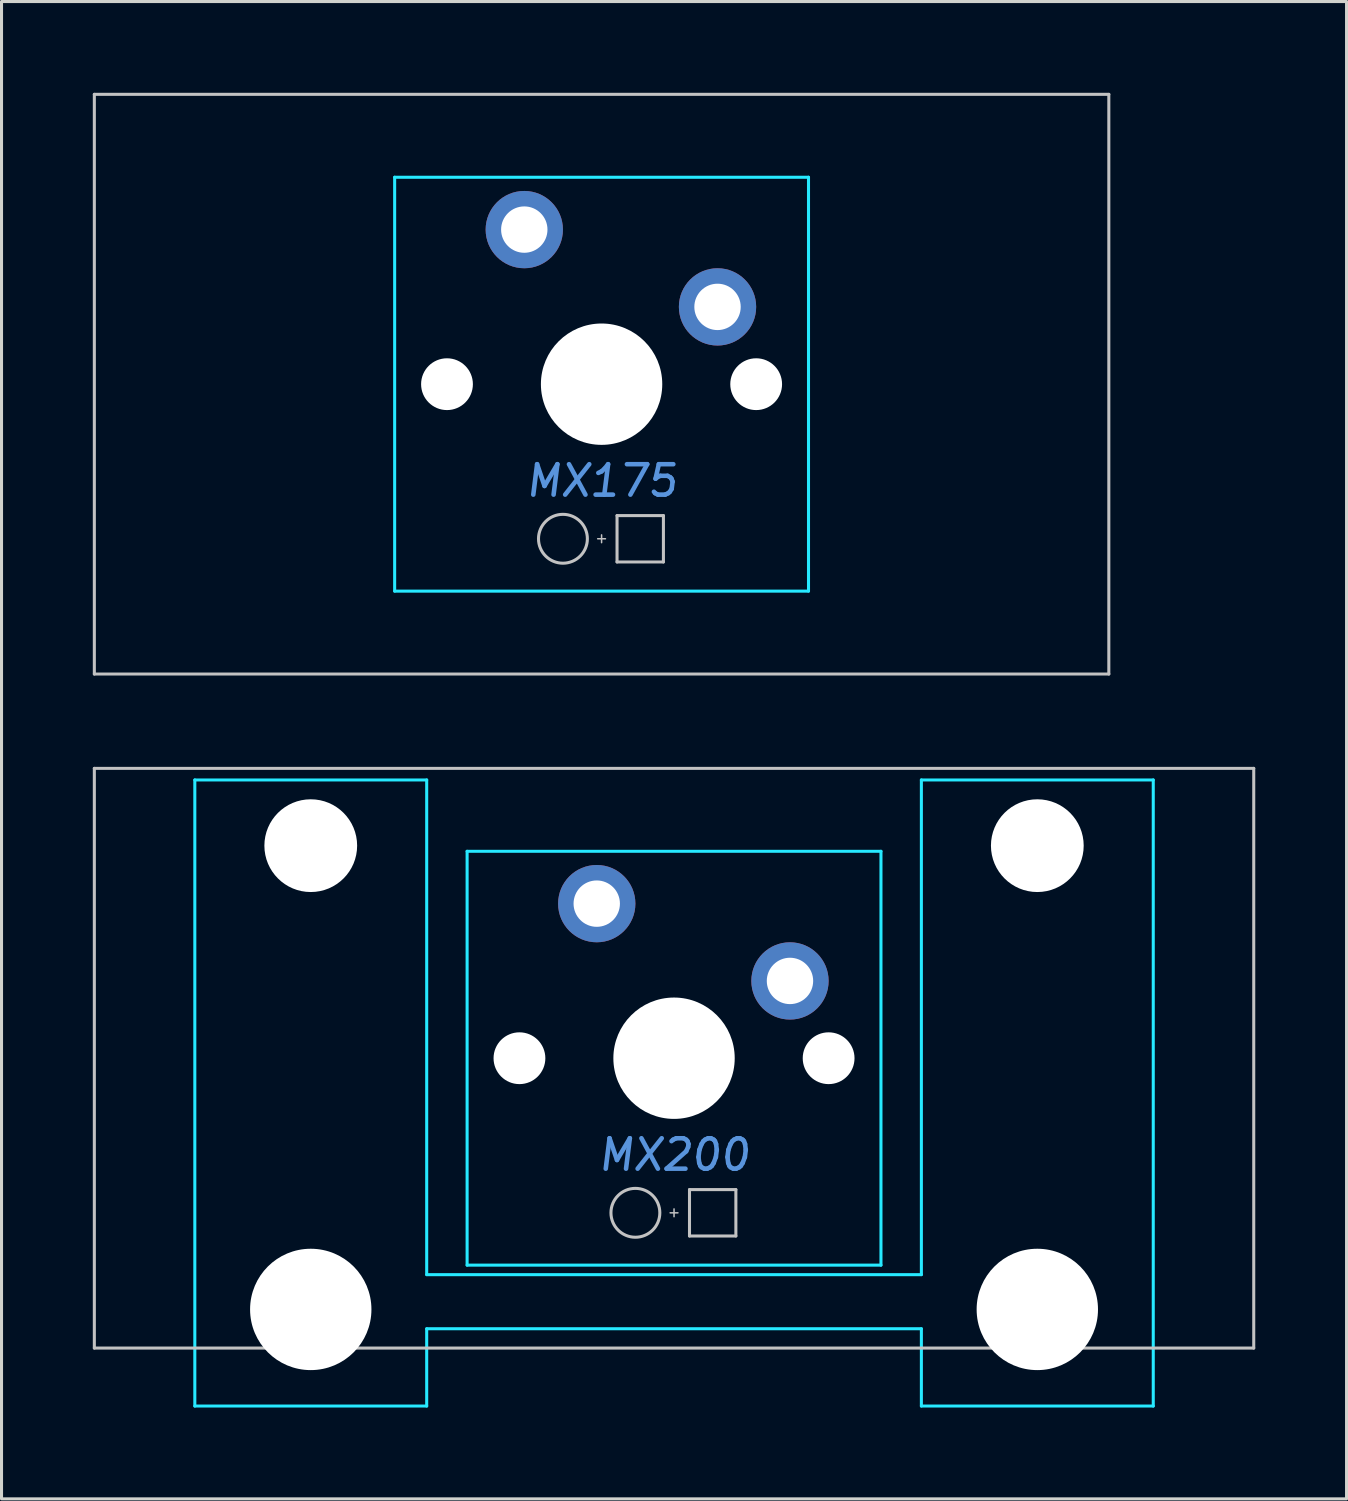
<source format=kicad_pcb>
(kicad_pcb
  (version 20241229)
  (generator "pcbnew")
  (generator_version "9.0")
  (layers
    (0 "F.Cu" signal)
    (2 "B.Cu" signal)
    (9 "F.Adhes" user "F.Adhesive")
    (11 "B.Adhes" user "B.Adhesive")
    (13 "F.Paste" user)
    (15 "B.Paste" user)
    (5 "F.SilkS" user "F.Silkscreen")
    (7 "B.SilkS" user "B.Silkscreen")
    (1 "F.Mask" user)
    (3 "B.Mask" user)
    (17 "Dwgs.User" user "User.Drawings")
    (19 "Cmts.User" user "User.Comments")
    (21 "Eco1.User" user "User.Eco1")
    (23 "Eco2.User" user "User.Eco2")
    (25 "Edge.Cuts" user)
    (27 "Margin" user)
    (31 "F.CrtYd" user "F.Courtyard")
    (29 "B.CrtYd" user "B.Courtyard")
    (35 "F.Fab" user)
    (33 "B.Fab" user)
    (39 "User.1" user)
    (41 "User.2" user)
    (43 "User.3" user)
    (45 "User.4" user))
  (footprint "MX175"
    (layer "F.Cu")
    (at 16.719 9.575)
    (property "Reference" "MX175" (at 0 3.175 0) (layer "Cmts.User") (effects (font (size 1 1) (thickness 0.15) (italic yes))))
    (attr through_hole)
    (fp_line (start -16.669 -9.525) (end -16.669 9.525) (stroke (width 0.1) (type solid)) (layer "Dwgs.User"))
    (fp_line (start -16.669 -9.525) (end 16.669 -9.525) (stroke (width 0.1) (type solid)) (layer "Dwgs.User"))
    (fp_line (start -16.669 9.525) (end 16.669 9.525) (stroke (width 0.1) (type solid)) (layer "Dwgs.User"))
    (fp_line (start -0.127 5.08) (end 0.127 5.08) (stroke (width 0.05) (type solid)) (layer "Dwgs.User"))
    (fp_line (start 0 4.953) (end 0 5.207) (stroke (width 0.05) (type solid)) (layer "Dwgs.User"))
    (fp_line (start 0.508 4.318) (end 0.508 5.842) (stroke (width 0.1) (type solid)) (layer "Dwgs.User"))
    (fp_line (start 0.508 4.318) (end 2.032 4.318) (stroke (width 0.1) (type solid)) (layer "Dwgs.User"))
    (fp_line (start 0.508 5.842) (end 2.032 5.842) (stroke (width 0.1) (type solid)) (layer "Dwgs.User"))
    (fp_line (start 2.032 5.842) (end 2.032 4.318) (stroke (width 0.1) (type solid)) (layer "Dwgs.User"))
    (fp_line (start 16.669 -9.525) (end 16.669 9.525) (stroke (width 0.1) (type solid)) (layer "Dwgs.User"))
    (fp_circle (center -1.27 5.08) (end -0.467 5.08) (stroke (width 0.1) (type solid)) (fill no) (layer "Dwgs.User"))
    (fp_line (start -7 6.5) (end -7 -6.5) (stroke (width 0.1) (type solid)) (layer "Eco1.User"))
    (fp_line (start -6.5 -7) (end 6.5 -7) (stroke (width 0.1) (type solid)) (layer "Eco1.User"))
    (fp_line (start 6.5 7) (end -6.5 7) (stroke (width 0.1) (type solid)) (layer "Eco1.User"))
    (fp_line (start 7 -6.5) (end 7 6.5) (stroke (width 0.1) (type solid)) (layer "Eco1.User"))
    (fp_arc (start -7 -6.5) (mid -6.853553 -6.853553) (end -6.5 -7) (stroke (width 0.1) (type solid)) (layer "Eco1.User"))
    (fp_arc (start -6.5 7) (mid -6.853553 6.853553) (end -7 6.5) (stroke (width 0.1) (type solid)) (layer "Eco1.User"))
    (fp_arc (start 6.5 -7) (mid 6.853553 -6.853553) (end 7 -6.5) (stroke (width 0.1) (type solid)) (layer "Eco1.User"))
    (fp_arc (start 7 6.5) (mid 6.853553 6.853553) (end 6.5 7) (stroke (width 0.1) (type solid)) (layer "Eco1.User"))
    (fp_line (start -6.8 -6.8) (end 6.8 -6.8) (stroke (width 0.1) (type solid)) (layer "B.CrtYd"))
    (fp_line (start -6.8 6.8) (end -6.8 -6.8) (stroke (width 0.1) (type solid)) (layer "B.CrtYd"))
    (fp_line (start -6.8 6.8) (end 6.8 6.8) (stroke (width 0.1) (type solid)) (layer "B.CrtYd"))
    (fp_line (start 6.8 6.8) (end 6.8 -6.8) (stroke (width 0.1) (type solid)) (layer "B.CrtYd"))
    (pad "" np_thru_hole circle (at -5.08 0) (size 1.702 1.702) (drill 1.702) (layers "*.Cu" "*.Mask"))
    (pad "" np_thru_hole circle (at 0 0) (size 3.988 3.988) (drill 3.988) (layers "*.Cu" "*.Mask"))
    (pad "" np_thru_hole circle (at 5.08 0) (size 1.702 1.702) (drill 1.702) (layers "*.Cu" "*.Mask"))
    (pad "1" thru_hole circle (at 3.81 -2.54) (size 2.54 2.54) (drill 1.524) (layers "*.Cu" "*.Mask"))
    (pad "2" thru_hole circle (at -2.54 -5.08) (size 2.54 2.54) (drill 1.524) (layers "*.Cu" "*.Mask")))
  (footprint "MX200"
    (layer "F.Cu")
    (at 19.1 31.725)
    (property "Reference" "MX200" (at 0 3.175 0) (layer "Cmts.User") (effects (font (size 1 1) (thickness 0.15) (italic yes))))
    (attr through_hole)
    (fp_line (start -19.05 -9.525) (end -19.05 9.525) (stroke (width 0.1) (type solid)) (layer "Dwgs.User"))
    (fp_line (start -19.05 -9.525) (end 19.05 -9.525) (stroke (width 0.1) (type solid)) (layer "Dwgs.User"))
    (fp_line (start -19.05 9.525) (end 19.05 9.525) (stroke (width 0.1) (type solid)) (layer "Dwgs.User"))
    (fp_line (start -0.127 5.08) (end 0.127 5.08) (stroke (width 0.05) (type solid)) (layer "Dwgs.User"))
    (fp_line (start 0 5.207) (end 0 4.953) (stroke (width 0.05) (type solid)) (layer "Dwgs.User"))
    (fp_line (start 0.508 4.318) (end 0.508 5.842) (stroke (width 0.1) (type solid)) (layer "Dwgs.User"))
    (fp_line (start 0.508 4.318) (end 2.032 4.318) (stroke (width 0.1) (type solid)) (layer "Dwgs.User"))
    (fp_line (start 0.508 5.842) (end 2.032 5.842) (stroke (width 0.1) (type solid)) (layer "Dwgs.User"))
    (fp_line (start 2.032 5.842) (end 2.032 4.318) (stroke (width 0.1) (type solid)) (layer "Dwgs.User"))
    (fp_line (start 19.05 -9.525) (end 19.05 9.525) (stroke (width 0.1) (type solid)) (layer "Dwgs.User"))
    (fp_circle (center -1.27 5.08) (end -0.467 5.08) (stroke (width 0.1) (type solid)) (fill no) (layer "Dwgs.User"))
    (fp_line (start -15.438 -5.485) (end -15.438 8.515) (stroke (width 0.1) (type solid)) (layer "Eco1.User"))
    (fp_line (start -14.938 -5.985) (end -8.938 -5.985) (stroke (width 0.1) (type solid)) (layer "Eco1.User"))
    (fp_line (start -8.938 9.015) (end -14.938 9.015) (stroke (width 0.1) (type solid)) (layer "Eco1.User"))
    (fp_line (start -8.438 8.515) (end -8.438 -5.485) (stroke (width 0.1) (type solid)) (layer "Eco1.User"))
    (fp_line (start -7 -6.5) (end -7 6.5) (stroke (width 0.1) (type solid)) (layer "Eco1.User"))
    (fp_line (start -6.5 7) (end 6.5 7) (stroke (width 0.1) (type solid)) (layer "Eco1.User"))
    (fp_line (start 6.5 -7) (end -6.5 -7) (stroke (width 0.1) (type solid)) (layer "Eco1.User"))
    (fp_line (start 7 6.5) (end 7 -6.5) (stroke (width 0.1) (type solid)) (layer "Eco1.User"))
    (fp_line (start 8.438 -5.485) (end 8.438 8.515) (stroke (width 0.1) (type solid)) (layer "Eco1.User"))
    (fp_line (start 8.938 -5.985) (end 14.938 -5.985) (stroke (width 0.1) (type solid)) (layer "Eco1.User"))
    (fp_line (start 14.938 9.015) (end 8.938 9.015) (stroke (width 0.1) (type solid)) (layer "Eco1.User"))
    (fp_line (start 15.438 8.515) (end 15.438 -5.485) (stroke (width 0.1) (type solid)) (layer "Eco1.User"))
    (fp_arc (start -15.438 -5.485) (mid -15.291553 -5.838553) (end -14.938 -5.985) (stroke (width 0.1) (type solid)) (layer "Eco1.User"))
    (fp_arc (start -14.938 9.015) (mid -15.291553 8.868553) (end -15.438 8.515) (stroke (width 0.1) (type solid)) (layer "Eco1.User"))
    (fp_arc (start -8.938 -5.985) (mid -8.584447 -5.838553) (end -8.438 -5.485) (stroke (width 0.1) (type solid)) (layer "Eco1.User"))
    (fp_arc (start -8.438 8.515) (mid -8.584447 8.868553) (end -8.938 9.015) (stroke (width 0.1) (type solid)) (layer "Eco1.User"))
    (fp_arc (start -7 -6.5) (mid -6.853553 -6.853553) (end -6.5 -7) (stroke (width 0.1) (type solid)) (layer "Eco1.User"))
    (fp_arc (start -6.5 7) (mid -6.853553 6.853553) (end -7 6.5) (stroke (width 0.1) (type solid)) (layer "Eco1.User"))
    (fp_arc (start 6.5 -7) (mid 6.853553 -6.853553) (end 7 -6.5) (stroke (width 0.1) (type solid)) (layer "Eco1.User"))
    (fp_arc (start 7 6.5) (mid 6.853553 6.853553) (end 6.5 7) (stroke (width 0.1) (type solid)) (layer "Eco1.User"))
    (fp_arc (start 8.438 -5.485) (mid 8.584447 -5.838553) (end 8.938 -5.985) (stroke (width 0.1) (type solid)) (layer "Eco1.User"))
    (fp_arc (start 8.938 9.015) (mid 8.584447 8.868553) (end 8.438 8.515) (stroke (width 0.1) (type solid)) (layer "Eco1.User"))
    (fp_arc (start 14.938 -5.985) (mid 15.291553 -5.838553) (end 15.438 -5.485) (stroke (width 0.1) (type solid)) (layer "Eco1.User"))
    (fp_arc (start 15.438 8.515) (mid 15.291553 8.868553) (end 14.938 9.015) (stroke (width 0.1) (type solid)) (layer "Eco1.User"))
    (fp_line (start -15.748 -9.144) (end -8.128 -9.144) (stroke (width 0.1) (type solid)) (layer "B.CrtYd"))
    (fp_line (start -15.748 11.43) (end -15.748 -9.144) (stroke (width 0.1) (type solid)) (layer "B.CrtYd"))
    (fp_line (start -8.128 -9.144) (end -8.128 7.112) (stroke (width 0.1) (type solid)) (layer "B.CrtYd"))
    (fp_line (start -8.128 7.112) (end 8.128 7.112) (stroke (width 0.1) (type solid)) (layer "B.CrtYd"))
    (fp_line (start -8.128 8.89) (end 8.128 8.89) (stroke (width 0.1) (type solid)) (layer "B.CrtYd"))
    (fp_line (start -8.128 11.43) (end -15.748 11.43) (stroke (width 0.1) (type solid)) (layer "B.CrtYd"))
    (fp_line (start -8.128 11.43) (end -8.128 8.89) (stroke (width 0.1) (type solid)) (layer "B.CrtYd"))
    (fp_line (start -6.8 6.8) (end -6.8 -6.8) (stroke (width 0.1) (type solid)) (layer "B.CrtYd"))
    (fp_line (start 6.8 -6.8) (end -6.8 -6.8) (stroke (width 0.1) (type solid)) (layer "B.CrtYd"))
    (fp_line (start 6.8 6.8) (end -6.8 6.8) (stroke (width 0.1) (type solid)) (layer "B.CrtYd"))
    (fp_line (start 6.8 6.8) (end 6.8 -6.8) (stroke (width 0.1) (type solid)) (layer "B.CrtYd"))
    (fp_line (start 8.128 -9.144) (end 8.128 7.112) (stroke (width 0.1) (type solid)) (layer "B.CrtYd"))
    (fp_line (start 8.128 -9.144) (end 15.748 -9.144) (stroke (width 0.1) (type solid)) (layer "B.CrtYd"))
    (fp_line (start 8.128 11.43) (end 8.128 8.89) (stroke (width 0.1) (type solid)) (layer "B.CrtYd"))
    (fp_line (start 15.748 -9.144) (end 15.748 11.43) (stroke (width 0.1) (type solid)) (layer "B.CrtYd"))
    (fp_line (start 15.748 11.43) (end 8.128 11.43) (stroke (width 0.1) (type solid)) (layer "B.CrtYd"))
    (pad "" np_thru_hole circle (at -11.938 -6.985) (size 3.048 3.048) (drill 3.048) (layers "*.Cu" "*.Mask"))
    (pad "" np_thru_hole circle (at -11.938 8.255) (size 3.988 3.988) (drill 3.988) (layers "*.Cu" "*.Mask"))
    (pad "" np_thru_hole circle (at -5.08 0) (size 1.702 1.702) (drill 1.702) (layers "*.Cu" "*.Mask"))
    (pad "" np_thru_hole circle (at 0 0) (size 3.988 3.988) (drill 3.988) (layers "*.Cu" "*.Mask"))
    (pad "" np_thru_hole circle (at 5.08 0) (size 1.702 1.702) (drill 1.702) (layers "*.Cu" "*.Mask"))
    (pad "" np_thru_hole circle (at 11.938 -6.985) (size 3.048 3.048) (drill 3.048) (layers "*.Cu" "*.Mask"))
    (pad "" np_thru_hole circle (at 11.938 8.255) (size 3.988 3.988) (drill 3.988) (layers "*.Cu" "*.Mask"))
    (pad "1" thru_hole circle (at 3.81 -2.54) (size 2.54 2.54) (drill 1.524) (layers "*.Cu" "*.Mask"))
    (pad "2" thru_hole circle (at -2.54 -5.08) (size 2.54 2.54) (drill 1.524) (layers "*.Cu" "*.Mask")))
  (gr_rect
    (start -3 -3)
    (end 41.2 46.205)
    (stroke (width 0.1) (type default))
    (fill no)
    (layer "Edge.Cuts")))
</source>
